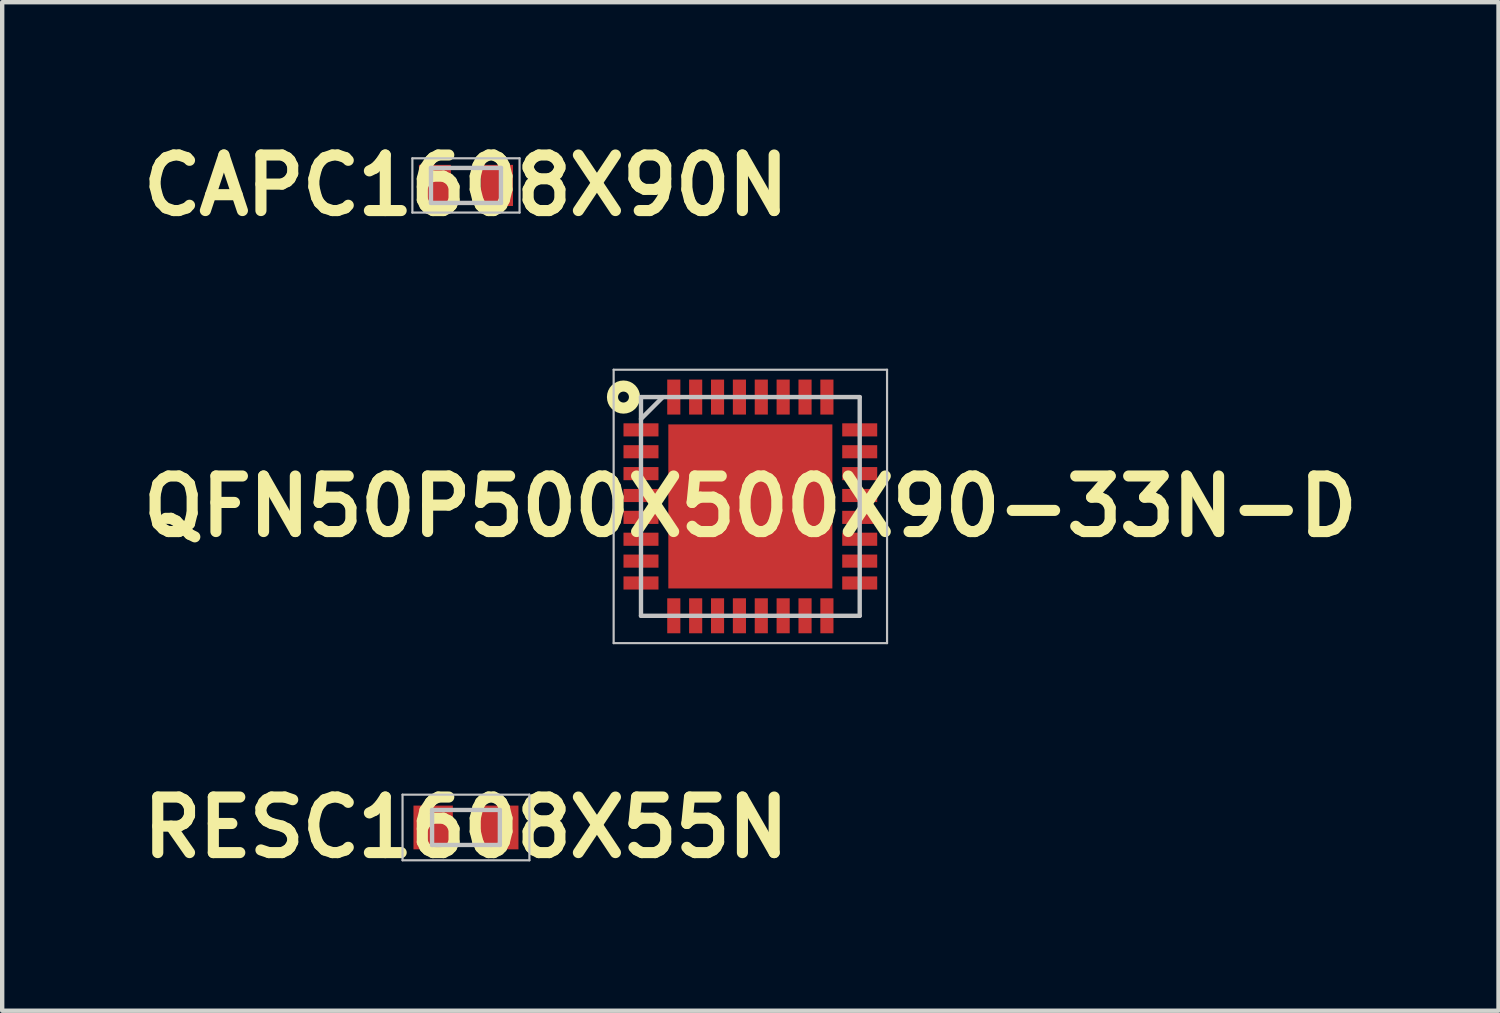
<source format=kicad_pcb>
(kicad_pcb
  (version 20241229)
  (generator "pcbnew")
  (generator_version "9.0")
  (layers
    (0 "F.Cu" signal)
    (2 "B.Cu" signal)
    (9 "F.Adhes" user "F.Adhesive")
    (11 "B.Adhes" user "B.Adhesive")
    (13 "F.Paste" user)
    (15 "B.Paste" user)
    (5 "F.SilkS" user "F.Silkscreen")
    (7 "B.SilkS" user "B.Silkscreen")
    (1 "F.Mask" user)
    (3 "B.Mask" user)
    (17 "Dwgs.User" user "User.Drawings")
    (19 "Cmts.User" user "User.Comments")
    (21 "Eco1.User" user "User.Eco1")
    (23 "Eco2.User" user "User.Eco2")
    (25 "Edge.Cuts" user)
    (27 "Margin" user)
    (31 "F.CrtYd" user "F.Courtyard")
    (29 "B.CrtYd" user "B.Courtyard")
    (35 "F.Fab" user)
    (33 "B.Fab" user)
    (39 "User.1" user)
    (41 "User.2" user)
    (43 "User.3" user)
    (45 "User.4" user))
  (footprint "QFN50P500X500X90-33N-D"
    (layer "F.Cu")
    (at 14.103 8.527)
    (property "Reference" "QFN50P500X500X90-33N-D" (at 0 0 0) (layer "F.SilkS") (effects (font (size 1.27 1.27) (thickness 0.254))))
    (attr smd)
    (fp_circle (center -2.9 -2.5) (end -2.775 -2.5) (stroke (width 0.254) (type solid)) (fill no) (layer "F.SilkS"))
    (fp_line (start -3.125 -3.125) (end 3.125 -3.125) (stroke (width 0.05) (type solid)) (layer "Dwgs.User"))
    (fp_line (start -3.125 3.125) (end -3.125 -3.125) (stroke (width 0.05) (type solid)) (layer "Dwgs.User"))
    (fp_line (start -2.5 -2.5) (end 2.5 -2.5) (stroke (width 0.1) (type solid)) (layer "Dwgs.User"))
    (fp_line (start -2.5 -2) (end -2 -2.5) (stroke (width 0.1) (type solid)) (layer "Dwgs.User"))
    (fp_line (start -2.5 2.5) (end -2.5 -2.5) (stroke (width 0.1) (type solid)) (layer "Dwgs.User"))
    (fp_line (start 2.5 -2.5) (end 2.5 2.5) (stroke (width 0.1) (type solid)) (layer "Dwgs.User"))
    (fp_line (start 2.5 2.5) (end -2.5 2.5) (stroke (width 0.1) (type solid)) (layer "Dwgs.User"))
    (fp_line (start 3.125 -3.125) (end 3.125 3.125) (stroke (width 0.05) (type solid)) (layer "Dwgs.User"))
    (fp_line (start 3.125 3.125) (end -3.125 3.125) (stroke (width 0.05) (type solid)) (layer "Dwgs.User"))
    (pad "1" smd rect (at -2.5 -1.75 90) (size 0.3 0.8) (layers "F.Cu" "F.Mask" "F.Paste"))
    (pad "2" smd rect (at -2.5 -1.25 90) (size 0.3 0.8) (layers "F.Cu" "F.Mask" "F.Paste"))
    (pad "3" smd rect (at -2.5 -0.75 90) (size 0.3 0.8) (layers "F.Cu" "F.Mask" "F.Paste"))
    (pad "4" smd rect (at -2.5 -0.25 90) (size 0.3 0.8) (layers "F.Cu" "F.Mask" "F.Paste"))
    (pad "5" smd rect (at -2.5 0.25 90) (size 0.3 0.8) (layers "F.Cu" "F.Mask" "F.Paste"))
    (pad "6" smd rect (at -2.5 0.75 90) (size 0.3 0.8) (layers "F.Cu" "F.Mask" "F.Paste"))
    (pad "7" smd rect (at -2.5 1.25 90) (size 0.3 0.8) (layers "F.Cu" "F.Mask" "F.Paste"))
    (pad "8" smd rect (at -2.5 1.75 90) (size 0.3 0.8) (layers "F.Cu" "F.Mask" "F.Paste"))
    (pad "9" smd rect (at -1.75 2.5) (size 0.3 0.8) (layers "F.Cu" "F.Mask" "F.Paste"))
    (pad "10" smd rect (at -1.25 2.5) (size 0.3 0.8) (layers "F.Cu" "F.Mask" "F.Paste"))
    (pad "11" smd rect (at -0.75 2.5) (size 0.3 0.8) (layers "F.Cu" "F.Mask" "F.Paste"))
    (pad "12" smd rect (at -0.25 2.5) (size 0.3 0.8) (layers "F.Cu" "F.Mask" "F.Paste"))
    (pad "13" smd rect (at 0.25 2.5) (size 0.3 0.8) (layers "F.Cu" "F.Mask" "F.Paste"))
    (pad "14" smd rect (at 0.75 2.5) (size 0.3 0.8) (layers "F.Cu" "F.Mask" "F.Paste"))
    (pad "15" smd rect (at 1.25 2.5) (size 0.3 0.8) (layers "F.Cu" "F.Mask" "F.Paste"))
    (pad "16" smd rect (at 1.75 2.5) (size 0.3 0.8) (layers "F.Cu" "F.Mask" "F.Paste"))
    (pad "17" smd rect (at 2.5 1.75 90) (size 0.3 0.8) (layers "F.Cu" "F.Mask" "F.Paste"))
    (pad "18" smd rect (at 2.5 1.25 90) (size 0.3 0.8) (layers "F.Cu" "F.Mask" "F.Paste"))
    (pad "19" smd rect (at 2.5 0.75 90) (size 0.3 0.8) (layers "F.Cu" "F.Mask" "F.Paste"))
    (pad "20" smd rect (at 2.5 0.25 90) (size 0.3 0.8) (layers "F.Cu" "F.Mask" "F.Paste"))
    (pad "21" smd rect (at 2.5 -0.25 90) (size 0.3 0.8) (layers "F.Cu" "F.Mask" "F.Paste"))
    (pad "22" smd rect (at 2.5 -0.75 90) (size 0.3 0.8) (layers "F.Cu" "F.Mask" "F.Paste"))
    (pad "23" smd rect (at 2.5 -1.25 90) (size 0.3 0.8) (layers "F.Cu" "F.Mask" "F.Paste"))
    (pad "24" smd rect (at 2.5 -1.75 90) (size 0.3 0.8) (layers "F.Cu" "F.Mask" "F.Paste"))
    (pad "25" smd rect (at 1.75 -2.5) (size 0.3 0.8) (layers "F.Cu" "F.Mask" "F.Paste"))
    (pad "26" smd rect (at 1.25 -2.5) (size 0.3 0.8) (layers "F.Cu" "F.Mask" "F.Paste"))
    (pad "27" smd rect (at 0.75 -2.5) (size 0.3 0.8) (layers "F.Cu" "F.Mask" "F.Paste"))
    (pad "28" smd rect (at 0.25 -2.5) (size 0.3 0.8) (layers "F.Cu" "F.Mask" "F.Paste"))
    (pad "29" smd rect (at -0.25 -2.5) (size 0.3 0.8) (layers "F.Cu" "F.Mask" "F.Paste"))
    (pad "30" smd rect (at -0.75 -2.5) (size 0.3 0.8) (layers "F.Cu" "F.Mask" "F.Paste"))
    (pad "31" smd rect (at -1.25 -2.5) (size 0.3 0.8) (layers "F.Cu" "F.Mask" "F.Paste"))
    (pad "32" smd rect (at -1.75 -2.5) (size 0.3 0.8) (layers "F.Cu" "F.Mask" "F.Paste"))
    (pad "33" smd rect (at 0 0) (size 3.75 3.75) (layers "F.Cu" "F.Mask" "F.Paste")))
  (footprint "RESC1608X55N"
    (layer "F.Cu")
    (at 7.602 15.866)
    (property "Reference" "RESC1608X55N" (at 0 0 0) (layer "F.SilkS") (effects (font (size 1.27 1.27) (thickness 0.254))))
    (attr smd)
    (fp_line (start -1.45 -0.75) (end 1.45 -0.75) (stroke (width 0.05) (type solid)) (layer "Dwgs.User"))
    (fp_line (start -1.45 0.75) (end -1.45 -0.75) (stroke (width 0.05) (type solid)) (layer "Dwgs.User"))
    (fp_line (start -0.775 -0.4) (end 0.775 -0.4) (stroke (width 0.1) (type solid)) (layer "Dwgs.User"))
    (fp_line (start -0.775 0.4) (end -0.775 -0.4) (stroke (width 0.1) (type solid)) (layer "Dwgs.User"))
    (fp_line (start 0.775 -0.4) (end 0.775 0.4) (stroke (width 0.1) (type solid)) (layer "Dwgs.User"))
    (fp_line (start 0.775 0.4) (end -0.775 0.4) (stroke (width 0.1) (type solid)) (layer "Dwgs.User"))
    (fp_line (start 1.45 -0.75) (end 1.45 0.75) (stroke (width 0.05) (type solid)) (layer "Dwgs.User"))
    (fp_line (start 1.45 0.75) (end -1.45 0.75) (stroke (width 0.05) (type solid)) (layer "Dwgs.User"))
    (pad "1" smd rect (at -0.75 0) (size 0.9 1) (layers "F.Cu" "F.Mask" "F.Paste"))
    (pad "2" smd rect (at 0.75 0) (size 0.9 1) (layers "F.Cu" "F.Mask" "F.Paste")))
  (footprint "CAPC1608X90N"
    (layer "F.Cu")
    (at 7.602 1.189)
    (property "Reference" "CAPC1608X90N" (at 0 0 0) (layer "F.SilkS") (effects (font (size 1.27 1.27) (thickness 0.254))))
    (attr smd)
    (fp_line (start -1.225 -0.62) (end 1.225 -0.62) (stroke (width 0.05) (type solid)) (layer "Dwgs.User"))
    (fp_line (start -1.225 0.62) (end -1.225 -0.62) (stroke (width 0.05) (type solid)) (layer "Dwgs.User"))
    (fp_line (start -0.8 -0.4) (end 0.8 -0.4) (stroke (width 0.1) (type solid)) (layer "Dwgs.User"))
    (fp_line (start -0.8 0.4) (end -0.8 -0.4) (stroke (width 0.1) (type solid)) (layer "Dwgs.User"))
    (fp_line (start 0.8 -0.4) (end 0.8 0.4) (stroke (width 0.1) (type solid)) (layer "Dwgs.User"))
    (fp_line (start 0.8 0.4) (end -0.8 0.4) (stroke (width 0.1) (type solid)) (layer "Dwgs.User"))
    (fp_line (start 1.225 -0.62) (end 1.225 0.62) (stroke (width 0.05) (type solid)) (layer "Dwgs.User"))
    (fp_line (start 1.225 0.62) (end -1.225 0.62) (stroke (width 0.05) (type solid)) (layer "Dwgs.User"))
    (pad "1" smd rect (at -0.71 0) (size 0.73 0.94) (layers "F.Cu" "F.Mask" "F.Paste"))
    (pad "2" smd rect (at 0.71 0) (size 0.73 0.94) (layers "F.Cu" "F.Mask" "F.Paste")))
  (gr_rect
    (start -3 -3)
    (end 31.206 20.055)
    (stroke (width 0.1) (type default))
    (fill no)
    (layer "Edge.Cuts")))
</source>
